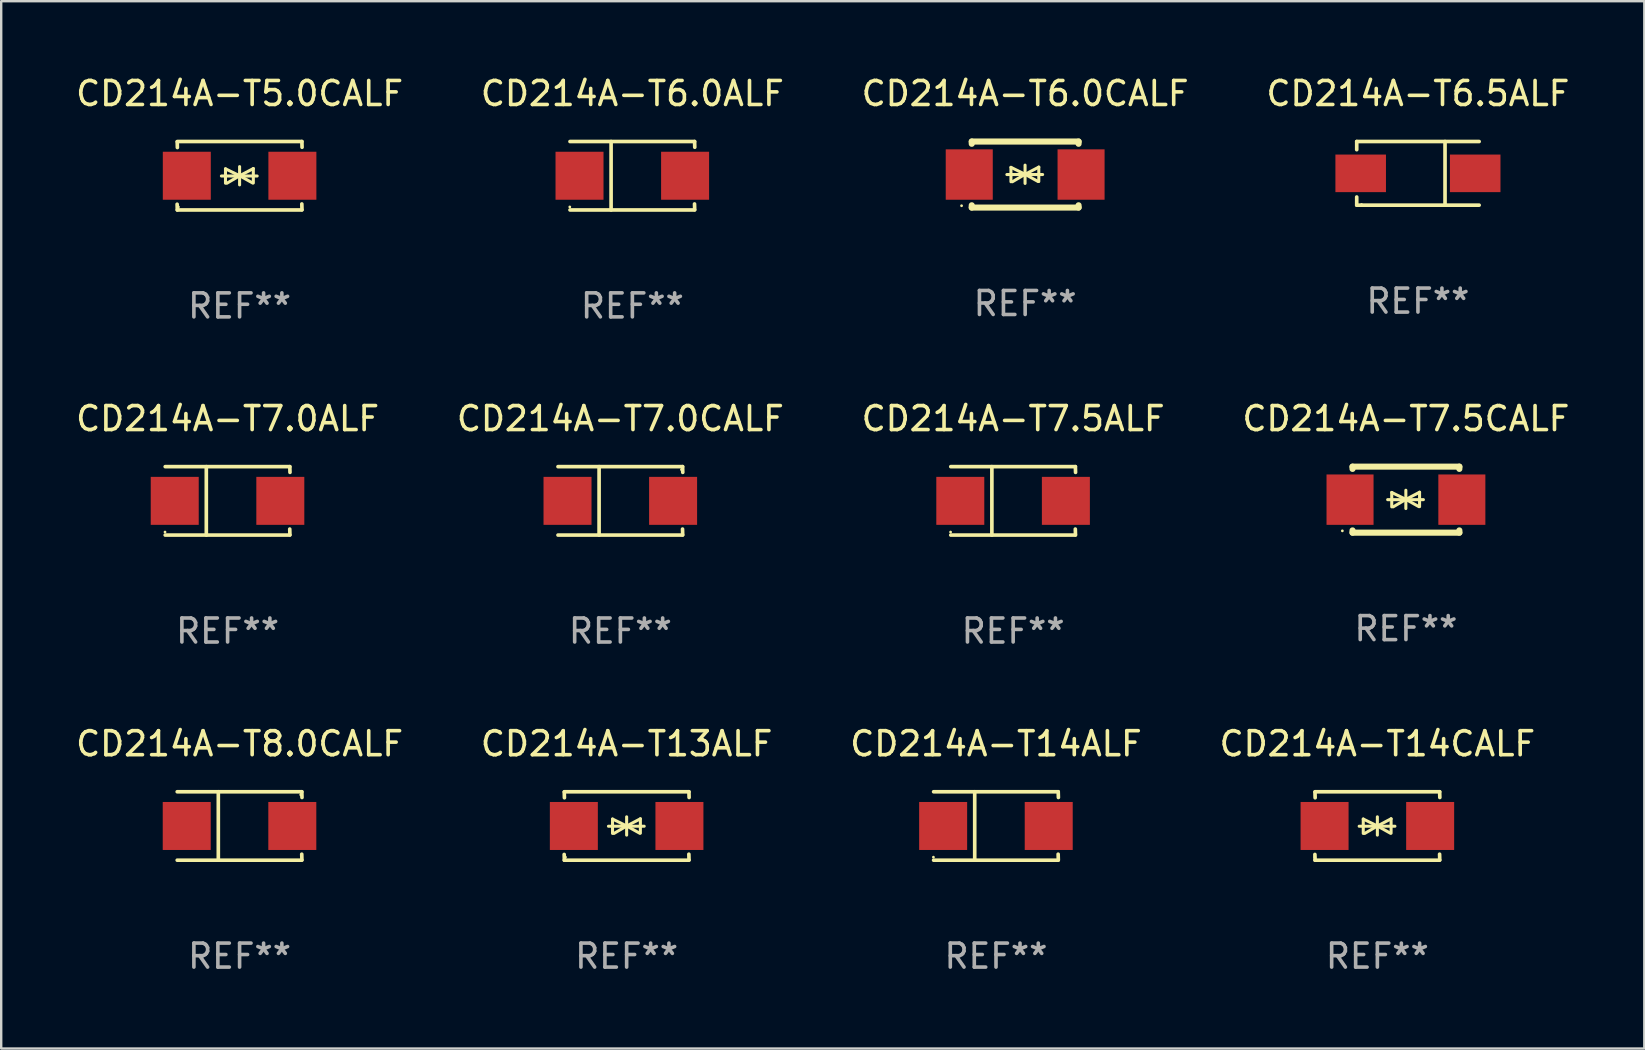
<source format=kicad_pcb>
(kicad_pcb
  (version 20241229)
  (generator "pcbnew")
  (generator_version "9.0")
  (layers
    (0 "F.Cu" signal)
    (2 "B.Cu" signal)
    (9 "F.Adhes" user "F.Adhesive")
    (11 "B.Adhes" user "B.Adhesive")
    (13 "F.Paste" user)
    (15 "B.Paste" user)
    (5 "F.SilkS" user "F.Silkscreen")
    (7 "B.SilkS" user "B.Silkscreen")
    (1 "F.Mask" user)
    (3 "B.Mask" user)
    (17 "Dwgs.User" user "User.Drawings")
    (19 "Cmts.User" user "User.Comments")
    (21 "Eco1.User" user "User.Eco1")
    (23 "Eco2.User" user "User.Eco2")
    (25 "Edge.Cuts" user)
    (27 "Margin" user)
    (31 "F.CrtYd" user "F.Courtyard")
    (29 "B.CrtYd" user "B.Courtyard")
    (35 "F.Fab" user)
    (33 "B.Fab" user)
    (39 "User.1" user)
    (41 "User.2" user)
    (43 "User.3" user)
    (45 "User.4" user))
  (footprint "CD214A-T7.0ALF"
    (layer "F.Cu")
    (at 6.435 17.823)
    (property "Reference" "CD214A-T7.0ALF" (at 0 -3.426 0) (layer "F.SilkS") (effects (font (size 1 1) (thickness 0.15))))
    (attr through_hole)
    (fp_line (start -2.6 -1.426) (end 2.593 -1.426) (stroke (width 0.152) (type solid)) (layer "F.SilkS"))
    (fp_line (start -2.6 1.426) (end 2.593 1.426) (stroke (width 0.152) (type solid)) (layer "F.SilkS"))
    (fp_line (start -0.887 -1.426) (end -0.887 1.426) (stroke (width 0.152) (type solid)) (layer "F.SilkS"))
    (fp_line (start 2.59 1.176) (end 2.597 1.415) (stroke (width 0.152) (type solid)) (layer "F.SilkS"))
    (fp_line (start 2.593 -1.426) (end 2.6 -1.187) (stroke (width 0.152) (type solid)) (layer "F.SilkS"))
    (fp_circle (center -2.608 1.3) (end -2.578 1.3) (stroke (width 0.06) (type solid)) (fill no) (layer "F.SilkS"))
    (fp_text user "REF**" (at 0 5.426 0) (layer "F.Fab") (effects (font (size 1 1) (thickness 0.15))))
    (pad "1" smd rect (at -2.203 0 180) (size 2 2) (layers "F.Cu" "F.Mask" "F.Paste"))
    (pad "2" smd rect (at 2.197 0 180) (size 2 2) (layers "F.Cu" "F.Mask" "F.Paste")))
  (footprint "CD214A-T6.5ALF"
    (layer "F.Cu")
    (at 56.042 4.174)
    (property "Reference" "CD214A-T6.5ALF" (at 0 -3.326 0) (layer "F.SilkS") (effects (font (size 1 1) (thickness 0.15))))
    (attr through_hole)
    (fp_line (start -2.551 -1.326) (end -2.551 -0.986) (stroke (width 0.152) (type solid)) (layer "F.SilkS"))
    (fp_line (start -2.551 1.326) (end -2.551 0.986) (stroke (width 0.152) (type solid)) (layer "F.SilkS"))
    (fp_line (start 1.129 1.326) (end 1.129 -1.326) (stroke (width 0.152) (type solid)) (layer "F.SilkS"))
    (fp_line (start 2.551 -1.326) (end -2.551 -1.326) (stroke (width 0.152) (type solid)) (layer "F.SilkS"))
    (fp_line (start 2.551 1.326) (end -2.551 1.326) (stroke (width 0.152) (type solid)) (layer "F.SilkS"))
    (fp_circle (center -2.35 1.3) (end -2.32 1.3) (stroke (width 0.06) (type solid)) (fill no) (layer "F.SilkS"))
    (fp_text user "REF**" (at 0 5.326 0) (layer "F.Fab") (effects (font (size 1 1) (thickness 0.15))))
    (pad "1" smd rect (at -2.386 0) (size 2.107 1.566) (layers "F.Cu" "F.Mask" "F.Paste"))
    (pad "2" smd rect (at 2.386 0) (size 2.107 1.566) (layers "F.Cu" "F.Mask" "F.Paste")))
  (footprint "CD214A-T8.0CALF"
    (layer "F.Cu")
    (at 6.935 31.372)
    (property "Reference" "CD214A-T8.0CALF" (at 0 -3.426 0) (layer "F.SilkS") (effects (font (size 1 1) (thickness 0.15))))
    (attr through_hole)
    (fp_line (start -2.6 -1.426) (end 2.593 -1.426) (stroke (width 0.152) (type solid)) (layer "F.SilkS"))
    (fp_line (start -2.6 1.426) (end 2.593 1.426) (stroke (width 0.152) (type solid)) (layer "F.SilkS"))
    (fp_line (start -0.887 -1.426) (end -0.887 1.426) (stroke (width 0.152) (type solid)) (layer "F.SilkS"))
    (fp_line (start 2.59 1.176) (end 2.597 1.415) (stroke (width 0.152) (type solid)) (layer "F.SilkS"))
    (fp_line (start 2.593 -1.426) (end 2.6 -1.187) (stroke (width 0.152) (type solid)) (layer "F.SilkS"))
    (fp_circle (center 2.547 -1.3) (end 2.577 -1.3) (stroke (width 0.06) (type solid)) (fill no) (layer "F.SilkS"))
    (fp_text user "REF**" (at 0 5.426 0) (layer "F.Fab") (effects (font (size 1 1) (thickness 0.15))))
    (pad "1" smd rect (at 2.197 -0.000025 180) (size 2 2) (layers "F.Cu" "F.Mask" "F.Paste"))
    (pad "2" smd rect (at -2.203 -0.000025 180) (size 2 2) (layers "F.Cu" "F.Mask" "F.Paste")))
  (footprint "CD214A-T13ALF"
    (layer "F.Cu")
    (at 23.065 31.372)
    (property "Reference" "CD214A-T13ALF" (at 0 -3.426 0) (layer "F.SilkS") (effects (font (size 1 1) (thickness 0.15))))
    (attr through_hole)
    (fp_line (start -2.596 -1.426) (end 2.596 -1.426) (stroke (width 0.152) (type solid)) (layer "F.SilkS"))
    (fp_line (start -2.596 1.426) (end -2.603 1.187) (stroke (width 0.152) (type solid)) (layer "F.SilkS"))
    (fp_line (start -2.596 1.426) (end 2.596 1.426) (stroke (width 0.152) (type solid)) (layer "F.SilkS"))
    (fp_line (start -2.593 -1.176) (end -2.6 -1.415) (stroke (width 0.152) (type solid)) (layer "F.SilkS"))
    (fp_line (start -0.758 0.011) (end 0.732 0.011) (stroke (width 0.127) (type solid)) (layer "F.SilkS"))
    (fp_line (start -0.588 -0.289) (end -0.588 0.311) (stroke (width 0.127) (type solid)) (layer "F.SilkS"))
    (fp_line (start -0.588 -0.289) (end 0 0) (stroke (width 0.127) (type solid)) (layer "F.SilkS"))
    (fp_line (start -0.528 0.311) (end 0 0) (stroke (width 0.127) (type solid)) (layer "F.SilkS"))
    (fp_line (start 0 0) (end 0 -0.381) (stroke (width 0.127) (type solid)) (layer "F.SilkS"))
    (fp_line (start 0 0) (end 0 0.381) (stroke (width 0.127) (type solid)) (layer "F.SilkS"))
    (fp_line (start 0.542 0.301) (end 0 0) (stroke (width 0.127) (type solid)) (layer "F.SilkS"))
    (fp_line (start 0.572 -0.299) (end 0 0) (stroke (width 0.127) (type solid)) (layer "F.SilkS"))
    (fp_line (start 0.572 -0.299) (end 0.572 0.301) (stroke (width 0.127) (type solid)) (layer "F.SilkS"))
    (fp_line (start 2.593 1.176) (end 2.6 1.415) (stroke (width 0.152) (type solid)) (layer "F.SilkS"))
    (fp_line (start 2.596 -1.426) (end 2.603 -1.187) (stroke (width 0.152) (type solid)) (layer "F.SilkS"))
    (fp_circle (center -2.55 1.3) (end -2.52 1.3) (stroke (width 0.06) (type solid)) (fill no) (layer "F.SilkS"))
    (fp_text user "REF**" (at 0 5.426 0) (layer "F.Fab") (effects (font (size 1 1) (thickness 0.15))))
    (pad "1" smd rect (at -2.2 0 180) (size 2 2) (layers "F.Cu" "F.Mask" "F.Paste"))
    (pad "2" smd rect (at 2.2 0 180) (size 2 2) (layers "F.Cu" "F.Mask" "F.Paste")))
  (footprint "CD214A-T14CALF"
    (layer "F.Cu")
    (at 54.351 31.372)
    (property "Reference" "CD214A-T14CALF" (at 0 -3.426 0) (layer "F.SilkS") (effects (font (size 1 1) (thickness 0.15))))
    (attr through_hole)
    (fp_line (start -2.596 -1.426) (end 2.596 -1.426) (stroke (width 0.152) (type solid)) (layer "F.SilkS"))
    (fp_line (start -2.596 1.426) (end -2.603 1.187) (stroke (width 0.152) (type solid)) (layer "F.SilkS"))
    (fp_line (start -2.596 1.426) (end 2.596 1.426) (stroke (width 0.152) (type solid)) (layer "F.SilkS"))
    (fp_line (start -2.593 -1.176) (end -2.6 -1.415) (stroke (width 0.152) (type solid)) (layer "F.SilkS"))
    (fp_line (start -0.758 0.011) (end 0.732 0.011) (stroke (width 0.127) (type solid)) (layer "F.SilkS"))
    (fp_line (start -0.588 -0.289) (end -0.588 0.311) (stroke (width 0.127) (type solid)) (layer "F.SilkS"))
    (fp_line (start -0.588 -0.289) (end 0 0) (stroke (width 0.127) (type solid)) (layer "F.SilkS"))
    (fp_line (start -0.528 0.311) (end 0 0) (stroke (width 0.127) (type solid)) (layer "F.SilkS"))
    (fp_line (start 0 0) (end 0 -0.381) (stroke (width 0.127) (type solid)) (layer "F.SilkS"))
    (fp_line (start 0 0) (end 0 0.381) (stroke (width 0.127) (type solid)) (layer "F.SilkS"))
    (fp_line (start 0.542 0.301) (end 0 0) (stroke (width 0.127) (type solid)) (layer "F.SilkS"))
    (fp_line (start 0.572 -0.299) (end 0 0) (stroke (width 0.127) (type solid)) (layer "F.SilkS"))
    (fp_line (start 0.572 -0.299) (end 0.572 0.301) (stroke (width 0.127) (type solid)) (layer "F.SilkS"))
    (fp_line (start 2.593 1.176) (end 2.6 1.415) (stroke (width 0.152) (type solid)) (layer "F.SilkS"))
    (fp_line (start 2.596 -1.426) (end 2.603 -1.187) (stroke (width 0.152) (type solid)) (layer "F.SilkS"))
    (fp_circle (center -2.605 1.3) (end -2.575 1.3) (stroke (width 0.06) (type solid)) (fill no) (layer "F.SilkS"))
    (fp_text user "REF**" (at 0 5.426 0) (layer "F.Fab") (effects (font (size 1 1) (thickness 0.15))))
    (pad "1" smd rect (at -2.2 0 180) (size 2 2) (layers "F.Cu" "F.Mask" "F.Paste"))
    (pad "2" smd rect (at 2.2 0 180) (size 2 2) (layers "F.Cu" "F.Mask" "F.Paste")))
  (footprint "CD214A-T7.5CALF"
    (layer "F.Cu")
    (at 55.542 17.773)
    (property "Reference" "CD214A-T7.5CALF" (at 0 -3.376 0) (layer "F.SilkS") (effects (font (size 1 1) (thickness 0.15))))
    (attr through_hole)
    (fp_line (start -2.226 -1.376) (end -2.226 -1.281) (stroke (width 0.254) (type solid)) (layer "F.SilkS"))
    (fp_line (start -2.226 -1.376) (end 2.226 -1.376) (stroke (width 0.254) (type solid)) (layer "F.SilkS"))
    (fp_line (start -2.226 1.281) (end -2.226 1.376) (stroke (width 0.254) (type solid)) (layer "F.SilkS"))
    (fp_line (start -2.226 1.376) (end 2.226 1.376) (stroke (width 0.254) (type solid)) (layer "F.SilkS"))
    (fp_line (start -0.762 0) (end 0.728 0) (stroke (width 0.127) (type solid)) (layer "F.SilkS"))
    (fp_line (start -0.592 -0.3) (end -0.592 0.3) (stroke (width 0.127) (type solid)) (layer "F.SilkS"))
    (fp_line (start -0.592 -0.3) (end -0.004 -0.011) (stroke (width 0.127) (type solid)) (layer "F.SilkS"))
    (fp_line (start -0.532 0.3) (end -0.004 -0.011) (stroke (width 0.127) (type solid)) (layer "F.SilkS"))
    (fp_line (start -0.004 -0.011) (end -0.004 -0.392) (stroke (width 0.127) (type solid)) (layer "F.SilkS"))
    (fp_line (start -0.004 -0.011) (end -0.004 0.37) (stroke (width 0.127) (type solid)) (layer "F.SilkS"))
    (fp_line (start 0.538 0.29) (end -0.004 -0.011) (stroke (width 0.127) (type solid)) (layer "F.SilkS"))
    (fp_line (start 0.568 -0.31) (end -0.004 -0.011) (stroke (width 0.127) (type solid)) (layer "F.SilkS"))
    (fp_line (start 0.568 -0.31) (end 0.568 0.29) (stroke (width 0.127) (type solid)) (layer "F.SilkS"))
    (fp_line (start 2.226 -1.376) (end 2.226 -1.281) (stroke (width 0.254) (type solid)) (layer "F.SilkS"))
    (fp_line (start 2.226 1.281) (end 2.226 1.376) (stroke (width 0.254) (type solid)) (layer "F.SilkS"))
    (fp_circle (center -2.65 1.3) (end -2.62 1.3) (stroke (width 0.06) (type solid)) (fill no) (layer "F.SilkS"))
    (fp_text user "REF**" (at 0 5.376 0) (layer "F.Fab") (effects (font (size 1 1) (thickness 0.15))))
    (pad "1" smd rect (at -2.33 0) (size 1.96 2.1) (layers "F.Cu" "F.Mask" "F.Paste"))
    (pad "2" smd rect (at 2.33 0) (size 1.96 2.1) (layers "F.Cu" "F.Mask" "F.Paste")))
  (footprint "CD214A-T7.0CALF"
    (layer "F.Cu")
    (at 22.804 17.823)
    (property "Reference" "CD214A-T7.0CALF" (at 0 -3.426 0) (layer "F.SilkS") (effects (font (size 1 1) (thickness 0.15))))
    (attr through_hole)
    (fp_line (start -2.6 -1.426) (end 2.593 -1.426) (stroke (width 0.152) (type solid)) (layer "F.SilkS"))
    (fp_line (start -2.6 1.426) (end 2.593 1.426) (stroke (width 0.152) (type solid)) (layer "F.SilkS"))
    (fp_line (start -0.887 -1.426) (end -0.887 1.426) (stroke (width 0.152) (type solid)) (layer "F.SilkS"))
    (fp_line (start 2.59 1.176) (end 2.597 1.415) (stroke (width 0.152) (type solid)) (layer "F.SilkS"))
    (fp_line (start 2.593 -1.426) (end 2.6 -1.187) (stroke (width 0.152) (type solid)) (layer "F.SilkS"))
    (fp_circle (center 2.547 -1.3) (end 2.577 -1.3) (stroke (width 0.06) (type solid)) (fill no) (layer "F.SilkS"))
    (fp_text user "REF**" (at 0 5.426 0) (layer "F.Fab") (effects (font (size 1 1) (thickness 0.15))))
    (pad "1" smd rect (at 2.197 -0.000025 180) (size 2 2) (layers "F.Cu" "F.Mask" "F.Paste"))
    (pad "2" smd rect (at -2.203 -0.000025 180) (size 2 2) (layers "F.Cu" "F.Mask" "F.Paste")))
  (footprint "CD214A-T5.0CALF"
    (layer "F.Cu")
    (at 6.935 4.274)
    (property "Reference" "CD214A-T5.0CALF" (at 0 -3.426 0) (layer "F.SilkS") (effects (font (size 1 1) (thickness 0.15))))
    (attr through_hole)
    (fp_line (start -2.596 -1.426) (end 2.596 -1.426) (stroke (width 0.152) (type solid)) (layer "F.SilkS"))
    (fp_line (start -2.596 1.426) (end -2.603 1.187) (stroke (width 0.152) (type solid)) (layer "F.SilkS"))
    (fp_line (start -2.596 1.426) (end 2.596 1.426) (stroke (width 0.152) (type solid)) (layer "F.SilkS"))
    (fp_line (start -2.593 -1.176) (end -2.6 -1.415) (stroke (width 0.152) (type solid)) (layer "F.SilkS"))
    (fp_line (start -0.758 0.011) (end 0.732 0.011) (stroke (width 0.127) (type solid)) (layer "F.SilkS"))
    (fp_line (start -0.588 -0.289) (end -0.588 0.311) (stroke (width 0.127) (type solid)) (layer "F.SilkS"))
    (fp_line (start -0.588 -0.289) (end 0 0) (stroke (width 0.127) (type solid)) (layer "F.SilkS"))
    (fp_line (start -0.528 0.311) (end 0 0) (stroke (width 0.127) (type solid)) (layer "F.SilkS"))
    (fp_line (start 0 0) (end 0 -0.381) (stroke (width 0.127) (type solid)) (layer "F.SilkS"))
    (fp_line (start 0 0) (end 0 0.381) (stroke (width 0.127) (type solid)) (layer "F.SilkS"))
    (fp_line (start 0.542 0.301) (end 0 0) (stroke (width 0.127) (type solid)) (layer "F.SilkS"))
    (fp_line (start 0.572 -0.299) (end 0 0) (stroke (width 0.127) (type solid)) (layer "F.SilkS"))
    (fp_line (start 0.572 -0.299) (end 0.572 0.301) (stroke (width 0.127) (type solid)) (layer "F.SilkS"))
    (fp_line (start 2.593 1.176) (end 2.6 1.415) (stroke (width 0.152) (type solid)) (layer "F.SilkS"))
    (fp_line (start 2.596 -1.426) (end 2.603 -1.187) (stroke (width 0.152) (type solid)) (layer "F.SilkS"))
    (fp_circle (center -2.55 1.3) (end -2.52 1.3) (stroke (width 0.06) (type solid)) (fill no) (layer "F.SilkS"))
    (fp_text user "REF**" (at 0 5.426 0) (layer "F.Fab") (effects (font (size 1 1) (thickness 0.15))))
    (pad "1" smd rect (at -2.2 0 180) (size 2 2) (layers "F.Cu" "F.Mask" "F.Paste"))
    (pad "2" smd rect (at 2.2 0 180) (size 2 2) (layers "F.Cu" "F.Mask" "F.Paste")))
  (footprint "CD214A-T6.0CALF"
    (layer "F.Cu")
    (at 39.673 4.224)
    (property "Reference" "CD214A-T6.0CALF" (at 0 -3.376 0) (layer "F.SilkS") (effects (font (size 1 1) (thickness 0.15))))
    (attr through_hole)
    (fp_line (start -2.226 -1.376) (end -2.226 -1.281) (stroke (width 0.254) (type solid)) (layer "F.SilkS"))
    (fp_line (start -2.226 -1.376) (end 2.226 -1.376) (stroke (width 0.254) (type solid)) (layer "F.SilkS"))
    (fp_line (start -2.226 1.281) (end -2.226 1.376) (stroke (width 0.254) (type solid)) (layer "F.SilkS"))
    (fp_line (start -2.226 1.376) (end 2.226 1.376) (stroke (width 0.254) (type solid)) (layer "F.SilkS"))
    (fp_line (start -0.762 0) (end 0.728 0) (stroke (width 0.127) (type solid)) (layer "F.SilkS"))
    (fp_line (start -0.592 -0.3) (end -0.592 0.3) (stroke (width 0.127) (type solid)) (layer "F.SilkS"))
    (fp_line (start -0.592 -0.3) (end -0.004 -0.011) (stroke (width 0.127) (type solid)) (layer "F.SilkS"))
    (fp_line (start -0.532 0.3) (end -0.004 -0.011) (stroke (width 0.127) (type solid)) (layer "F.SilkS"))
    (fp_line (start -0.004 -0.011) (end -0.004 -0.392) (stroke (width 0.127) (type solid)) (layer "F.SilkS"))
    (fp_line (start -0.004 -0.011) (end -0.004 0.37) (stroke (width 0.127) (type solid)) (layer "F.SilkS"))
    (fp_line (start 0.538 0.29) (end -0.004 -0.011) (stroke (width 0.127) (type solid)) (layer "F.SilkS"))
    (fp_line (start 0.568 -0.31) (end -0.004 -0.011) (stroke (width 0.127) (type solid)) (layer "F.SilkS"))
    (fp_line (start 0.568 -0.31) (end 0.568 0.29) (stroke (width 0.127) (type solid)) (layer "F.SilkS"))
    (fp_line (start 2.226 -1.376) (end 2.226 -1.281) (stroke (width 0.254) (type solid)) (layer "F.SilkS"))
    (fp_line (start 2.226 1.281) (end 2.226 1.376) (stroke (width 0.254) (type solid)) (layer "F.SilkS"))
    (fp_circle (center -2.65 1.3) (end -2.62 1.3) (stroke (width 0.06) (type solid)) (fill no) (layer "F.SilkS"))
    (fp_text user "REF**" (at 0 5.376 0) (layer "F.Fab") (effects (font (size 1 1) (thickness 0.15))))
    (pad "1" smd rect (at -2.33 0) (size 1.96 2.1) (layers "F.Cu" "F.Mask" "F.Paste"))
    (pad "2" smd rect (at 2.33 0) (size 1.96 2.1) (layers "F.Cu" "F.Mask" "F.Paste")))
  (footprint "CD214A-T14ALF"
    (layer "F.Cu")
    (at 38.458 31.372)
    (property "Reference" "CD214A-T14ALF" (at 0 -3.426 0) (layer "F.SilkS") (effects (font (size 1 1) (thickness 0.15))))
    (attr through_hole)
    (fp_line (start -2.6 -1.426) (end 2.593 -1.426) (stroke (width 0.152) (type solid)) (layer "F.SilkS"))
    (fp_line (start -2.6 1.426) (end 2.593 1.426) (stroke (width 0.152) (type solid)) (layer "F.SilkS"))
    (fp_line (start -0.887 -1.426) (end -0.887 1.426) (stroke (width 0.152) (type solid)) (layer "F.SilkS"))
    (fp_line (start 2.59 1.176) (end 2.597 1.415) (stroke (width 0.152) (type solid)) (layer "F.SilkS"))
    (fp_line (start 2.593 -1.426) (end 2.6 -1.187) (stroke (width 0.152) (type solid)) (layer "F.SilkS"))
    (fp_circle (center -2.608 1.3) (end -2.578 1.3) (stroke (width 0.06) (type solid)) (fill no) (layer "F.SilkS"))
    (fp_text user "REF**" (at 0 5.426 0) (layer "F.Fab") (effects (font (size 1 1) (thickness 0.15))))
    (pad "1" smd rect (at -2.203 0 180) (size 2 2) (layers "F.Cu" "F.Mask" "F.Paste"))
    (pad "2" smd rect (at 2.197 0 180) (size 2 2) (layers "F.Cu" "F.Mask" "F.Paste")))
  (footprint "CD214A-T6.0ALF"
    (layer "F.Cu")
    (at 23.304 4.274)
    (property "Reference" "CD214A-T6.0ALF" (at 0 -3.426 0) (layer "F.SilkS") (effects (font (size 1 1) (thickness 0.15))))
    (attr through_hole)
    (fp_line (start -2.6 -1.426) (end 2.593 -1.426) (stroke (width 0.152) (type solid)) (layer "F.SilkS"))
    (fp_line (start -2.6 1.426) (end 2.593 1.426) (stroke (width 0.152) (type solid)) (layer "F.SilkS"))
    (fp_line (start -0.887 -1.426) (end -0.887 1.426) (stroke (width 0.152) (type solid)) (layer "F.SilkS"))
    (fp_line (start 2.59 1.176) (end 2.597 1.415) (stroke (width 0.152) (type solid)) (layer "F.SilkS"))
    (fp_line (start 2.593 -1.426) (end 2.6 -1.187) (stroke (width 0.152) (type solid)) (layer "F.SilkS"))
    (fp_circle (center -2.608 1.3) (end -2.578 1.3) (stroke (width 0.06) (type solid)) (fill no) (layer "F.SilkS"))
    (fp_text user "REF**" (at 0 5.426 0) (layer "F.Fab") (effects (font (size 1 1) (thickness 0.15))))
    (pad "1" smd rect (at -2.203 0 180) (size 2 2) (layers "F.Cu" "F.Mask" "F.Paste"))
    (pad "2" smd rect (at 2.197 0 180) (size 2 2) (layers "F.Cu" "F.Mask" "F.Paste")))
  (footprint "CD214A-T7.5ALF"
    (layer "F.Cu")
    (at 39.173 17.823)
    (property "Reference" "CD214A-T7.5ALF" (at 0 -3.426 0) (layer "F.SilkS") (effects (font (size 1 1) (thickness 0.15))))
    (attr through_hole)
    (fp_line (start -2.6 -1.426) (end 2.593 -1.426) (stroke (width 0.152) (type solid)) (layer "F.SilkS"))
    (fp_line (start -2.6 1.426) (end 2.593 1.426) (stroke (width 0.152) (type solid)) (layer "F.SilkS"))
    (fp_line (start -0.887 -1.426) (end -0.887 1.426) (stroke (width 0.152) (type solid)) (layer "F.SilkS"))
    (fp_line (start 2.59 1.176) (end 2.597 1.415) (stroke (width 0.152) (type solid)) (layer "F.SilkS"))
    (fp_line (start 2.593 -1.426) (end 2.6 -1.187) (stroke (width 0.152) (type solid)) (layer "F.SilkS"))
    (fp_circle (center -2.608 1.3) (end -2.578 1.3) (stroke (width 0.06) (type solid)) (fill no) (layer "F.SilkS"))
    (fp_text user "REF**" (at 0 5.426 0) (layer "F.Fab") (effects (font (size 1 1) (thickness 0.15))))
    (pad "1" smd rect (at -2.203 0 180) (size 2 2) (layers "F.Cu" "F.Mask" "F.Paste"))
    (pad "2" smd rect (at 2.197 0 180) (size 2 2) (layers "F.Cu" "F.Mask" "F.Paste")))
  (gr_rect
    (start -3 -3)
    (end 65.476 40.647)
    (stroke (width 0.1) (type default))
    (fill no)
    (layer "Edge.Cuts")))
</source>
